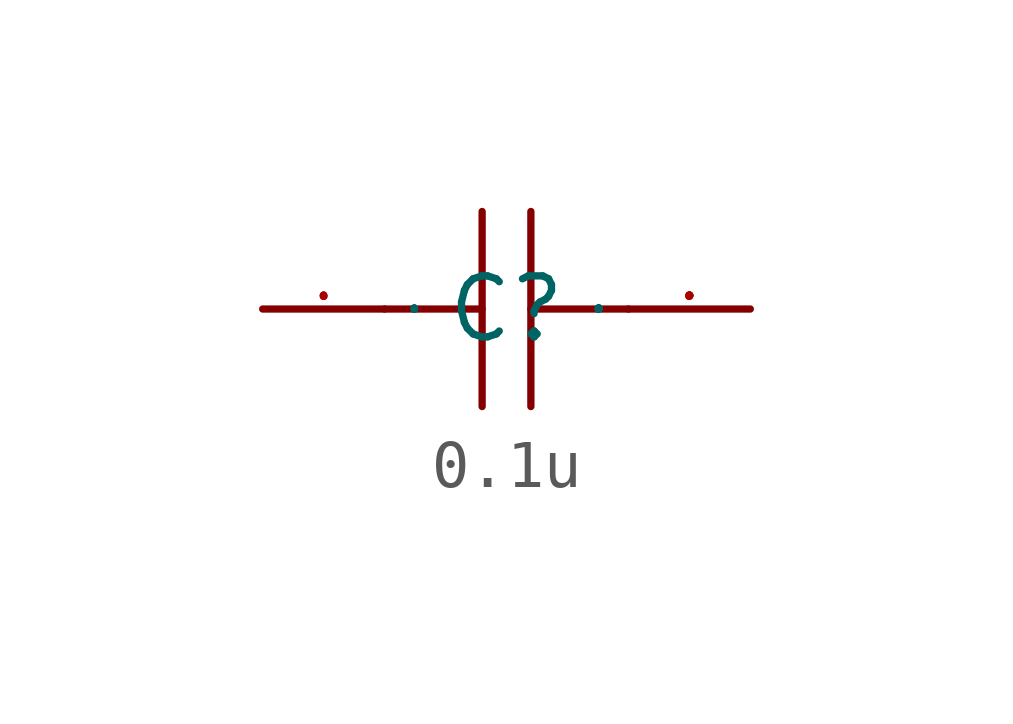
<source format=kicad_sym>
(kicad_symbol_lib
  (version 20231120)
  (generator "kicad_symbol_editor")
  (generator_version "8.0")
  (symbol "0.1u"
    (property "Reference" "C"
      (at 0 0 0)
      (effects (font (size 1.27 1.27))))
    (property "Value" ""
      (at 0 0 0)
      (effects (font (size 1.27 1.27))))
    (symbol "0.1u_1_0"
      (polyline (pts (xy -0.508 -2.032) (xy -0.508 2.032)) (stroke (width 0) (type default)) (fill (type none)))
      (polyline (pts (xy -0.508 0) (xy -2.54 0)) (stroke (width 0) (type default)) (fill (type none)))
      (polyline (pts (xy 0.508 2.032) (xy 0.508 -2.032)) (stroke (width 0) (type default)) (fill (type none)))
      (polyline (pts (xy 2.54 0) (xy 0.508 0)) (stroke (width 0) (type default)) (fill (type none)))
      (pin unspecified line (at -5.08 0 0) (length 2.54) (name "1" (effects (font (size 0.025 0.025)))) (number "1" (effects (font (size 0.025 0.025)))))
      (pin unspecified line (at 5.08 0 180) (length 2.54) (name "2" (effects (font (size 0.025 0.025)))) (number "2" (effects (font (size 0.025 0.025))))))))
</source>
